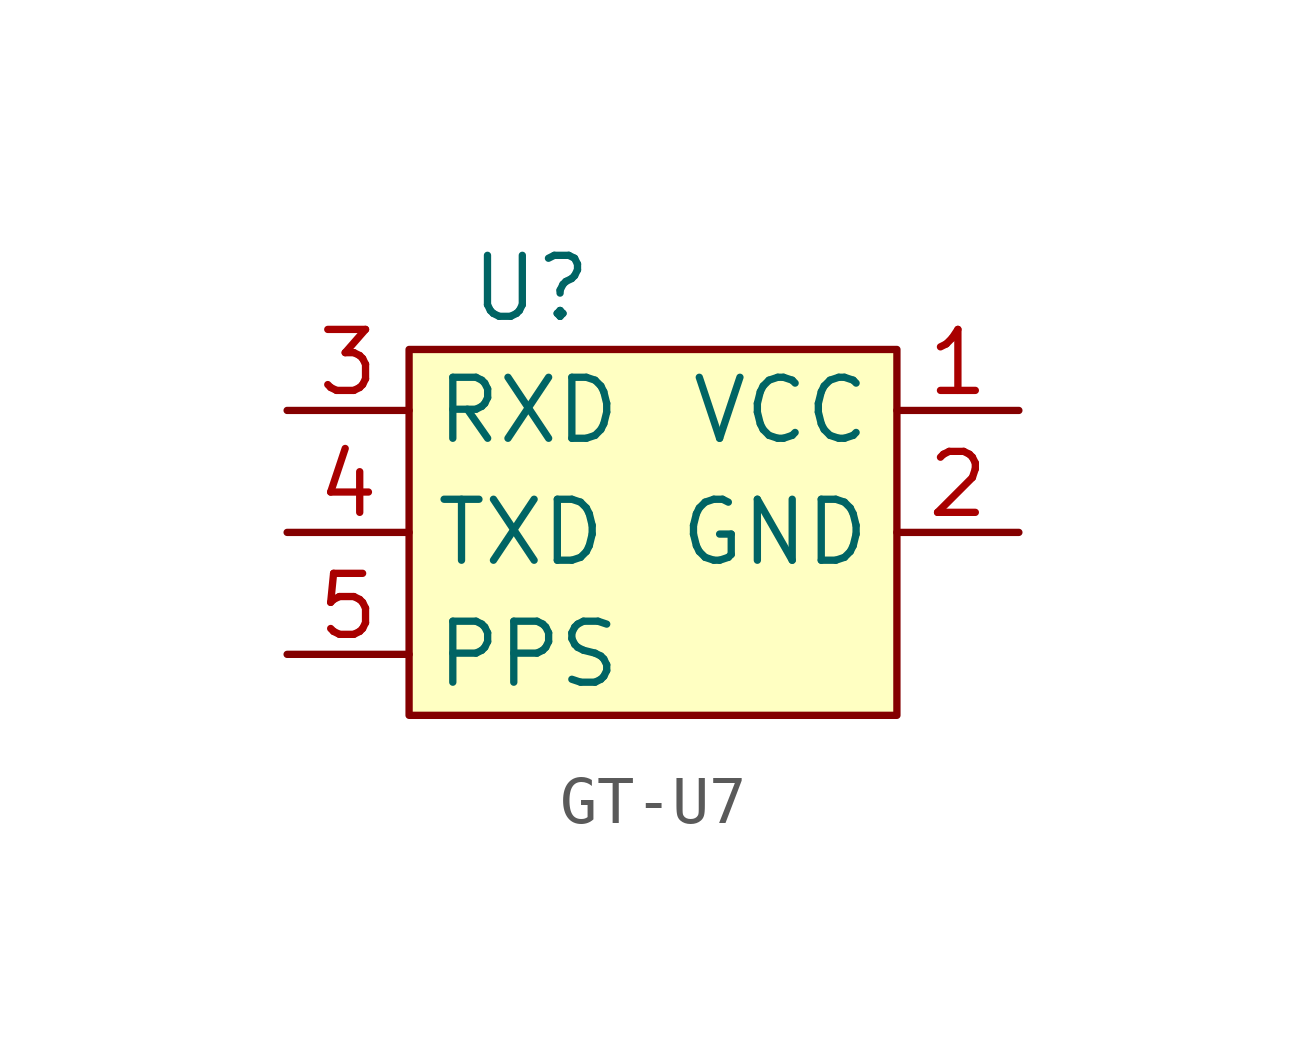
<source format=kicad_sym>
(kicad_symbol_lib
  (version 20220914)
  (generator kicad_symbol_editor)
  (symbol "GT-U7"
    (property "Reference" "U"
      (at -2.54 6.35 0)
      (effects (font (size 1.27 1.27))))
    (property "Value" ""
      (at 0 0 0)
      (effects (font (size 1.27 1.27))))
    (symbol "GT-U7_1_1"
      (polyline (pts (xy -5.08 5.08) (xy 5.08 5.08) (xy 5.08 -2.54) (xy -5.08 -2.54) (xy -5.08 5.08)) (stroke (width 0) (type default)) (fill (type background)))
      (pin input line (at 7.62 3.81 180) (length 2.54) (name "VCC" (effects (font (size 1.27 1.27)))) (number "1" (effects (font (size 1.27 1.27)))))
      (pin input line (at 7.62 1.27 180) (length 2.54) (name "GND" (effects (font (size 1.27 1.27)))) (number "2" (effects (font (size 1.27 1.27)))))
      (pin input line (at -7.62 3.81 0) (length 2.54) (name "RXD" (effects (font (size 1.27 1.27)))) (number "3" (effects (font (size 1.27 1.27)))))
      (pin input line (at -7.62 1.27 0) (length 2.54) (name "TXD" (effects (font (size 1.27 1.27)))) (number "4" (effects (font (size 1.27 1.27)))))
      (pin input line (at -7.62 -1.27 0) (length 2.54) (name "PPS" (effects (font (size 1.27 1.27)))) (number "5" (effects (font (size 1.27 1.27))))))))
</source>
